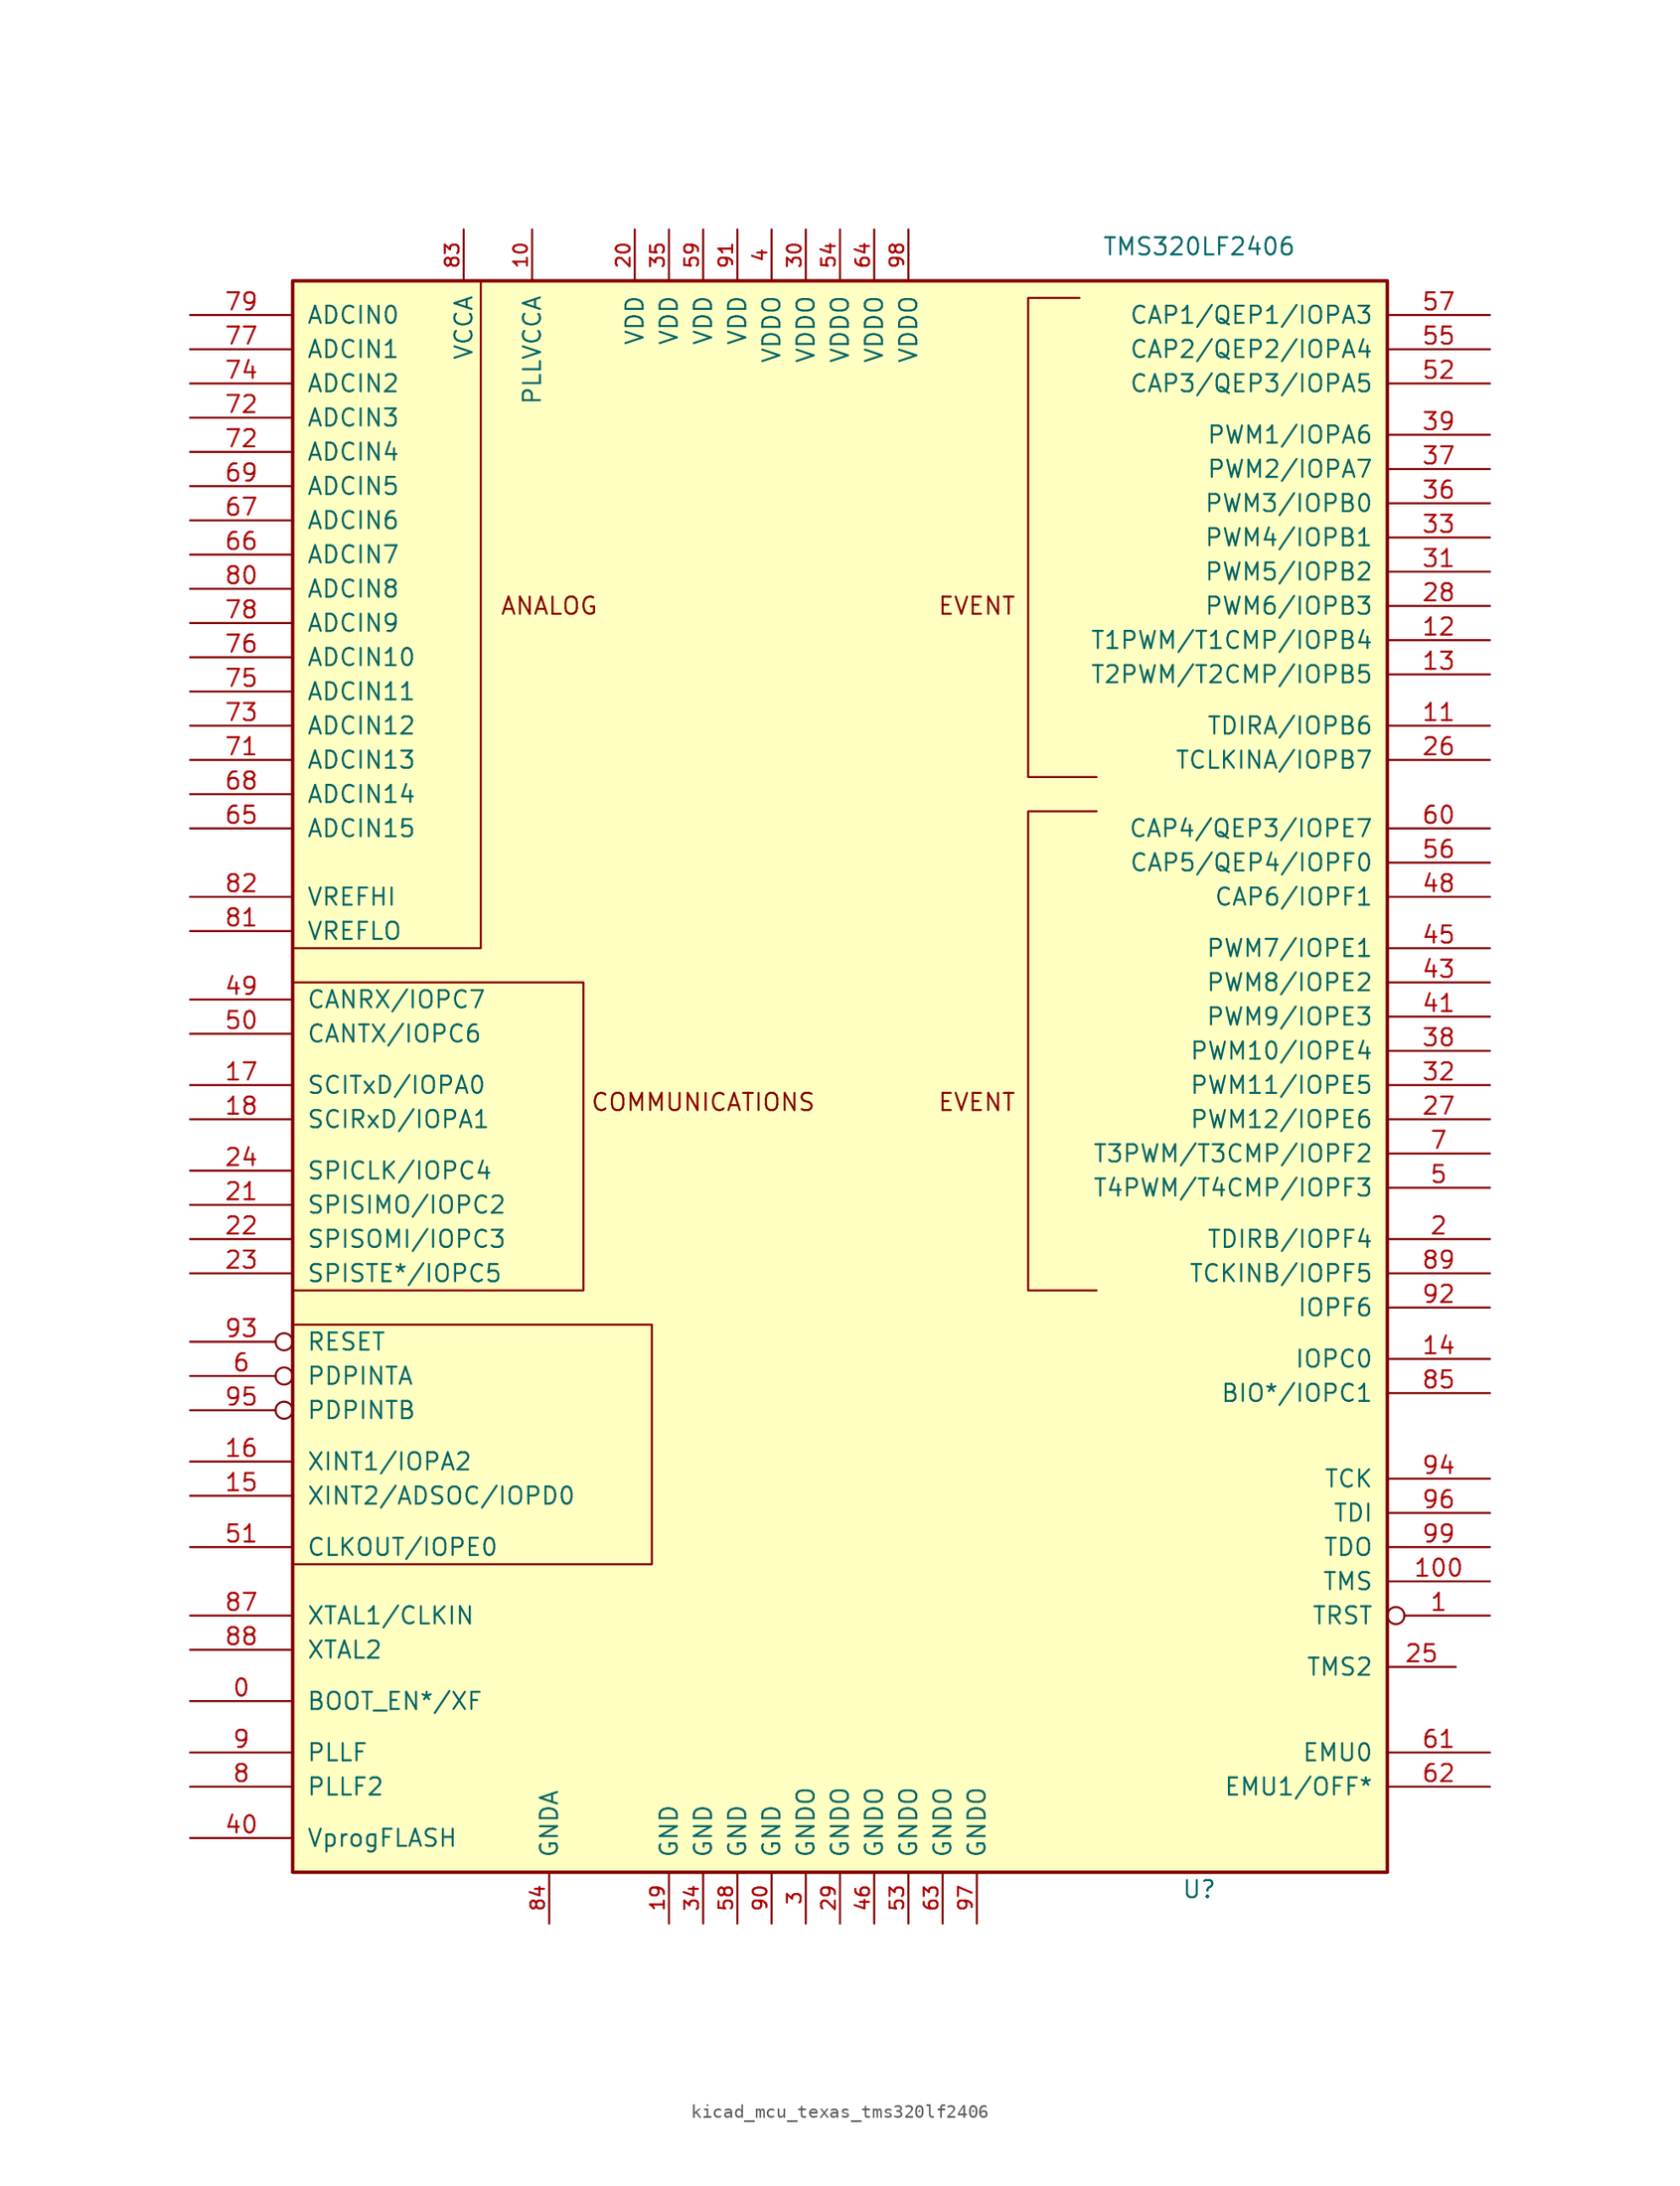
<source format=kicad_sym>
(kicad_symbol_lib
  (version 20220914)
  (generator kicad_symbol_editor)
  (symbol "kicad_mcu_texas_tms320lf2406"
    (pin_names
      (offset 1.016))
    (property "Reference" "U"
      (at 26.67 -60.96 0)
      (effects (font (size 1.27 1.27))))
    (property "Value" "TMS320LF2406"
      (at 26.67 60.96 0)
      (effects (font (size 1.27 1.27))))
    (symbol "kicad_mcu_texas_tms320lf2406_0_1"
      (rectangle (start -40.64 58.42) (end 40.64 -59.69) (stroke (width 0.254) (type default)) (fill (type background)))
      (polyline (pts (xy -26.67 58.42) (xy -26.67 8.89) (xy -40.64 8.89)) (stroke (width 0) (type default)) (fill (type none)))
      (polyline (pts (xy -40.64 -19.05) (xy -13.97 -19.05) (xy -13.97 -36.83) (xy -40.64 -36.83)) (stroke (width 0) (type default)) (fill (type none)))
      (polyline (pts (xy -40.64 6.35) (xy -19.05 6.35) (xy -19.05 -16.51) (xy -40.64 -16.51)) (stroke (width 0) (type default)) (fill (type none)))
      (polyline (pts (xy 17.78 57.15) (xy 13.97 57.15) (xy 13.97 21.59) (xy 19.05 21.59)) (stroke (width 0) (type default)) (fill (type none)))
      (polyline (pts (xy 19.05 19.05) (xy 13.97 19.05) (xy 13.97 -16.51) (xy 19.05 -16.51)) (stroke (width 0) (type default)) (fill (type none)))
      (text "ANALOG" (at -21.59 34.29 0) (effects (font (size 1.27 1.27))))
      (text "COMMUNICATIONS" (at -10.16 -2.54 0) (effects (font (size 1.27 1.27))))
      (text "EVENT" (at 10.16 -2.54 0) (effects (font (size 1.27 1.27))))
      (text "EVENT" (at 10.16 34.29 0) (effects (font (size 1.27 1.27))))
      (pin input line (at -48.26 53.34 0) (length 7.62) (name "ADCIN1" (effects (font (size 1.27 1.27)))) (number "77" (effects (font (size 1.27 1.27))))))
    (symbol "kicad_mcu_texas_tms320lf2406_1_1"
      (pin input line (at -48.26 -46.99 0) (length 7.62) (name "BOOT_EN*/XF" (effects (font (size 1.27 1.27)))) (number "0" (effects (font (size 1.27 1.27)))))
      (pin input inverted (at 48.26 -40.64 180) (length 7.62) (name "TRST" (effects (font (size 1.27 1.27)))) (number "1" (effects (font (size 1.27 1.27)))))
      (pin power_in line (at -22.86 62.23 270) (length 3.81) (name "PLLVCCA" (effects (font (size 1.27 1.27)))) (number "10" (effects (font (size 1.016 1.016)))))
      (pin input line (at 48.26 -38.1 180) (length 7.62) (name "TMS" (effects (font (size 1.27 1.27)))) (number "100" (effects (font (size 1.27 1.27)))))
      (pin bidirectional line (at 48.26 25.4 180) (length 7.62) (name "TDIRA/IOPB6" (effects (font (size 1.27 1.27)))) (number "11" (effects (font (size 1.27 1.27)))))
      (pin bidirectional line (at 48.26 31.75 180) (length 7.62) (name "T1PWM/T1CMP/IOPB4" (effects (font (size 1.27 1.27)))) (number "12" (effects (font (size 1.27 1.27)))))
      (pin bidirectional line (at 48.26 29.21 180) (length 7.62) (name "T2PWM/T2CMP/IOPB5" (effects (font (size 1.27 1.27)))) (number "13" (effects (font (size 1.27 1.27)))))
      (pin bidirectional line (at 48.26 -21.59 180) (length 7.62) (name "IOPC0" (effects (font (size 1.27 1.27)))) (number "14" (effects (font (size 1.27 1.27)))))
      (pin bidirectional line (at -48.26 -31.75 0) (length 7.62) (name "XINT2/ADSOC/IOPD0" (effects (font (size 1.27 1.27)))) (number "15" (effects (font (size 1.27 1.27)))))
      (pin bidirectional line (at -48.26 -29.21 0) (length 7.62) (name "XINT1/IOPA2" (effects (font (size 1.27 1.27)))) (number "16" (effects (font (size 1.27 1.27)))))
      (pin bidirectional line (at -48.26 -1.27 0) (length 7.62) (name "SCITxD/IOPA0" (effects (font (size 1.27 1.27)))) (number "17" (effects (font (size 1.27 1.27)))))
      (pin bidirectional line (at -48.26 -3.81 0) (length 7.62) (name "SCIRxD/IOPA1" (effects (font (size 1.27 1.27)))) (number "18" (effects (font (size 1.27 1.27)))))
      (pin power_in line (at -12.7 -63.5 90) (length 3.81) (name "GND" (effects (font (size 1.27 1.27)))) (number "19" (effects (font (size 1.016 1.016)))))
      (pin bidirectional line (at 48.26 -12.7 180) (length 7.62) (name "TDIRB/IOPF4" (effects (font (size 1.27 1.27)))) (number "2" (effects (font (size 1.27 1.27)))))
      (pin power_in line (at -15.24 62.23 270) (length 3.81) (name "VDD" (effects (font (size 1.27 1.27)))) (number "20" (effects (font (size 1.016 1.016)))))
      (pin bidirectional line (at -48.26 -10.16 0) (length 7.62) (name "SPISIMO/IOPC2" (effects (font (size 1.27 1.27)))) (number "21" (effects (font (size 1.27 1.27)))))
      (pin bidirectional line (at -48.26 -12.7 0) (length 7.62) (name "SPISOMI/IOPC3" (effects (font (size 1.27 1.27)))) (number "22" (effects (font (size 1.27 1.27)))))
      (pin bidirectional line (at -48.26 -15.24 0) (length 7.62) (name "SPISTE*/IOPC5" (effects (font (size 1.27 1.27)))) (number "23" (effects (font (size 1.27 1.27)))))
      (pin bidirectional line (at -48.26 -7.62 0) (length 7.62) (name "SPICLK/IOPC4" (effects (font (size 1.27 1.27)))) (number "24" (effects (font (size 1.27 1.27)))))
      (pin input line (at 45.72 -44.45 180) (length 5.08) (name "TMS2" (effects (font (size 1.27 1.27)))) (number "25" (effects (font (size 1.27 1.27)))))
      (pin bidirectional line (at 48.26 22.86 180) (length 7.62) (name "TCLKINA/IOPB7" (effects (font (size 1.27 1.27)))) (number "26" (effects (font (size 1.27 1.27)))))
      (pin bidirectional line (at 48.26 -3.81 180) (length 7.62) (name "PWM12/IOPE6" (effects (font (size 1.27 1.27)))) (number "27" (effects (font (size 1.27 1.27)))))
      (pin bidirectional line (at 48.26 34.29 180) (length 7.62) (name "PWM6/IOPB3" (effects (font (size 1.27 1.27)))) (number "28" (effects (font (size 1.27 1.27)))))
      (pin power_in line (at 0 -63.5 90) (length 3.81) (name "GNDO" (effects (font (size 1.27 1.27)))) (number "29" (effects (font (size 1.016 1.016)))))
      (pin power_in line (at -2.54 -63.5 90) (length 3.81) (name "GNDO" (effects (font (size 1.27 1.27)))) (number "3" (effects (font (size 1.016 1.016)))))
      (pin power_in line (at -2.54 62.23 270) (length 3.81) (name "VDDO" (effects (font (size 1.27 1.27)))) (number "30" (effects (font (size 1.016 1.016)))))
      (pin bidirectional line (at 48.26 36.83 180) (length 7.62) (name "PWM5/IOPB2" (effects (font (size 1.27 1.27)))) (number "31" (effects (font (size 1.27 1.27)))))
      (pin bidirectional line (at 48.26 -1.27 180) (length 7.62) (name "PWM11/IOPE5" (effects (font (size 1.27 1.27)))) (number "32" (effects (font (size 1.27 1.27)))))
      (pin bidirectional line (at 48.26 39.37 180) (length 7.62) (name "PWM4/IOPB1" (effects (font (size 1.27 1.27)))) (number "33" (effects (font (size 1.27 1.27)))))
      (pin power_in line (at -10.16 -63.5 90) (length 3.81) (name "GND" (effects (font (size 1.27 1.27)))) (number "34" (effects (font (size 1.016 1.016)))))
      (pin power_in line (at -12.7 62.23 270) (length 3.81) (name "VDD" (effects (font (size 1.27 1.27)))) (number "35" (effects (font (size 1.016 1.016)))))
      (pin bidirectional line (at 48.26 41.91 180) (length 7.62) (name "PWM3/IOPB0" (effects (font (size 1.27 1.27)))) (number "36" (effects (font (size 1.27 1.27)))))
      (pin bidirectional line (at 48.26 44.45 180) (length 7.62) (name "PWM2/IOPA7" (effects (font (size 1.27 1.27)))) (number "37" (effects (font (size 1.27 1.27)))))
      (pin bidirectional line (at 48.26 1.27 180) (length 7.62) (name "PWM10/IOPE4" (effects (font (size 1.27 1.27)))) (number "38" (effects (font (size 1.27 1.27)))))
      (pin bidirectional line (at 48.26 46.99 180) (length 7.62) (name "PWM1/IOPA6" (effects (font (size 1.27 1.27)))) (number "39" (effects (font (size 1.27 1.27)))))
      (pin power_in line (at -5.08 62.23 270) (length 3.81) (name "VDDO" (effects (font (size 1.27 1.27)))) (number "4" (effects (font (size 1.016 1.016)))))
      (pin input line (at -48.26 -57.15 0) (length 7.62) (name "VprogFLASH" (effects (font (size 1.27 1.27)))) (number "40" (effects (font (size 1.27 1.27)))))
      (pin bidirectional line (at 48.26 3.81 180) (length 7.62) (name "PWM9/IOPE3" (effects (font (size 1.27 1.27)))) (number "41" (effects (font (size 1.27 1.27)))))
      (pin bidirectional line (at 48.26 6.35 180) (length 7.62) (name "PWM8/IOPE2" (effects (font (size 1.27 1.27)))) (number "43" (effects (font (size 1.27 1.27)))))
      (pin bidirectional line (at 48.26 8.89 180) (length 7.62) (name "PWM7/IOPE1" (effects (font (size 1.27 1.27)))) (number "45" (effects (font (size 1.27 1.27)))))
      (pin power_in line (at 2.54 -63.5 90) (length 3.81) (name "GNDO" (effects (font (size 1.27 1.27)))) (number "46" (effects (font (size 1.016 1.016)))))
      (pin bidirectional line (at 48.26 12.7 180) (length 7.62) (name "CAP6/IOPF1" (effects (font (size 1.27 1.27)))) (number "48" (effects (font (size 1.27 1.27)))))
      (pin bidirectional line (at -48.26 5.08 0) (length 7.62) (name "CANRX/IOPC7" (effects (font (size 1.27 1.27)))) (number "49" (effects (font (size 1.27 1.27)))))
      (pin bidirectional line (at 48.26 -8.89 180) (length 7.62) (name "T4PWM/T4CMP/IOPF3" (effects (font (size 1.27 1.27)))) (number "5" (effects (font (size 1.27 1.27)))))
      (pin bidirectional line (at -48.26 2.54 0) (length 7.62) (name "CANTX/IOPC6" (effects (font (size 1.27 1.27)))) (number "50" (effects (font (size 1.27 1.27)))))
      (pin bidirectional line (at -48.26 -35.56 0) (length 7.62) (name "CLKOUT/IOPE0" (effects (font (size 1.27 1.27)))) (number "51" (effects (font (size 1.27 1.27)))))
      (pin bidirectional line (at 48.26 50.8 180) (length 7.62) (name "CAP3/QEP3/IOPA5" (effects (font (size 1.27 1.27)))) (number "52" (effects (font (size 1.27 1.27)))))
      (pin power_in line (at 5.08 -63.5 90) (length 3.81) (name "GNDO" (effects (font (size 1.27 1.27)))) (number "53" (effects (font (size 1.016 1.016)))))
      (pin power_in line (at 0 62.23 270) (length 3.81) (name "VDDO" (effects (font (size 1.27 1.27)))) (number "54" (effects (font (size 1.016 1.016)))))
      (pin bidirectional line (at 48.26 53.34 180) (length 7.62) (name "CAP2/QEP2/IOPA4" (effects (font (size 1.27 1.27)))) (number "55" (effects (font (size 1.27 1.27)))))
      (pin bidirectional line (at 48.26 15.24 180) (length 7.62) (name "CAP5/QEP4/IOPF0" (effects (font (size 1.27 1.27)))) (number "56" (effects (font (size 1.27 1.27)))))
      (pin bidirectional line (at 48.26 55.88 180) (length 7.62) (name "CAP1/QEP1/IOPA3" (effects (font (size 1.27 1.27)))) (number "57" (effects (font (size 1.27 1.27)))))
      (pin power_in line (at -7.62 -63.5 90) (length 3.81) (name "GND" (effects (font (size 1.27 1.27)))) (number "58" (effects (font (size 1.016 1.016)))))
      (pin power_in line (at -10.16 62.23 270) (length 3.81) (name "VDD" (effects (font (size 1.27 1.27)))) (number "59" (effects (font (size 1.016 1.016)))))
      (pin input inverted (at -48.26 -22.86 0) (length 7.62) (name "PDPINTA" (effects (font (size 1.27 1.27)))) (number "6" (effects (font (size 1.27 1.27)))))
      (pin bidirectional line (at 48.26 17.78 180) (length 7.62) (name "CAP4/QEP3/IOPE7" (effects (font (size 1.27 1.27)))) (number "60" (effects (font (size 1.27 1.27)))))
      (pin bidirectional line (at 48.26 -50.8 180) (length 7.62) (name "EMU0" (effects (font (size 1.27 1.27)))) (number "61" (effects (font (size 1.27 1.27)))))
      (pin bidirectional line (at 48.26 -53.34 180) (length 7.62) (name "EMU1/OFF*" (effects (font (size 1.27 1.27)))) (number "62" (effects (font (size 1.27 1.27)))))
      (pin power_in line (at 7.62 -63.5 90) (length 3.81) (name "GNDO" (effects (font (size 1.27 1.27)))) (number "63" (effects (font (size 1.016 1.016)))))
      (pin power_in line (at 2.54 62.23 270) (length 3.81) (name "VDDO" (effects (font (size 1.27 1.27)))) (number "64" (effects (font (size 1.016 1.016)))))
      (pin input line (at -48.26 17.78 0) (length 7.62) (name "ADCIN15" (effects (font (size 1.27 1.27)))) (number "65" (effects (font (size 1.27 1.27)))))
      (pin input line (at -48.26 38.1 0) (length 7.62) (name "ADCIN7" (effects (font (size 1.27 1.27)))) (number "66" (effects (font (size 1.27 1.27)))))
      (pin input line (at -48.26 40.64 0) (length 7.62) (name "ADCIN6" (effects (font (size 1.27 1.27)))) (number "67" (effects (font (size 1.27 1.27)))))
      (pin input line (at -48.26 20.32 0) (length 7.62) (name "ADCIN14" (effects (font (size 1.27 1.27)))) (number "68" (effects (font (size 1.27 1.27)))))
      (pin input line (at -48.26 43.18 0) (length 7.62) (name "ADCIN5" (effects (font (size 1.27 1.27)))) (number "69" (effects (font (size 1.27 1.27)))))
      (pin bidirectional line (at 48.26 -6.35 180) (length 7.62) (name "T3PWM/T3CMP/IOPF2" (effects (font (size 1.27 1.27)))) (number "7" (effects (font (size 1.27 1.27)))))
      (pin input line (at -48.26 22.86 0) (length 7.62) (name "ADCIN13" (effects (font (size 1.27 1.27)))) (number "71" (effects (font (size 1.27 1.27)))))
      (pin input line (at -48.26 48.26 0) (length 7.62) (name "ADCIN3" (effects (font (size 1.27 1.27)))) (number "72" (effects (font (size 1.27 1.27)))))
      (pin input line (at -48.26 45.72 0) (length 7.62) (name "ADCIN4" (effects (font (size 1.27 1.27)))) (number "72" (effects (font (size 1.27 1.27)))))
      (pin input line (at -48.26 25.4 0) (length 7.62) (name "ADCIN12" (effects (font (size 1.27 1.27)))) (number "73" (effects (font (size 1.27 1.27)))))
      (pin input line (at -48.26 50.8 0) (length 7.62) (name "ADCIN2" (effects (font (size 1.27 1.27)))) (number "74" (effects (font (size 1.27 1.27)))))
      (pin input line (at -48.26 27.94 0) (length 7.62) (name "ADCIN11" (effects (font (size 1.27 1.27)))) (number "75" (effects (font (size 1.27 1.27)))))
      (pin input line (at -48.26 30.48 0) (length 7.62) (name "ADCIN10" (effects (font (size 1.27 1.27)))) (number "76" (effects (font (size 1.27 1.27)))))
      (pin input line (at -48.26 33.02 0) (length 7.62) (name "ADCIN9" (effects (font (size 1.27 1.27)))) (number "78" (effects (font (size 1.27 1.27)))))
      (pin input line (at -48.26 55.88 0) (length 7.62) (name "ADCIN0" (effects (font (size 1.27 1.27)))) (number "79" (effects (font (size 1.27 1.27)))))
      (pin input line (at -48.26 -53.34 0) (length 7.62) (name "PLLF2" (effects (font (size 1.27 1.27)))) (number "8" (effects (font (size 1.27 1.27)))))
      (pin input line (at -48.26 35.56 0) (length 7.62) (name "ADCIN8" (effects (font (size 1.27 1.27)))) (number "80" (effects (font (size 1.27 1.27)))))
      (pin input line (at -48.26 10.16 0) (length 7.62) (name "VREFLO" (effects (font (size 1.27 1.27)))) (number "81" (effects (font (size 1.27 1.27)))))
      (pin input line (at -48.26 12.7 0) (length 7.62) (name "VREFHI" (effects (font (size 1.27 1.27)))) (number "82" (effects (font (size 1.27 1.27)))))
      (pin power_in line (at -27.94 62.23 270) (length 3.81) (name "VCCA" (effects (font (size 1.27 1.27)))) (number "83" (effects (font (size 1.016 1.016)))))
      (pin power_in line (at -21.59 -63.5 90) (length 3.81) (name "GNDA" (effects (font (size 1.27 1.27)))) (number "84" (effects (font (size 1.016 1.016)))))
      (pin bidirectional line (at 48.26 -24.13 180) (length 7.62) (name "BIO*/IOPC1" (effects (font (size 1.27 1.27)))) (number "85" (effects (font (size 1.27 1.27)))))
      (pin input line (at -48.26 -40.64 0) (length 7.62) (name "XTAL1/CLKIN" (effects (font (size 1.27 1.27)))) (number "87" (effects (font (size 1.27 1.27)))))
      (pin output line (at -48.26 -43.18 0) (length 7.62) (name "XTAL2" (effects (font (size 1.27 1.27)))) (number "88" (effects (font (size 1.27 1.27)))))
      (pin bidirectional line (at 48.26 -15.24 180) (length 7.62) (name "TCKINB/IOPF5" (effects (font (size 1.27 1.27)))) (number "89" (effects (font (size 1.27 1.27)))))
      (pin input line (at -48.26 -50.8 0) (length 7.62) (name "PLLF" (effects (font (size 1.27 1.27)))) (number "9" (effects (font (size 1.27 1.27)))))
      (pin power_in line (at -5.08 -63.5 90) (length 3.81) (name "GND" (effects (font (size 1.27 1.27)))) (number "90" (effects (font (size 1.016 1.016)))))
      (pin power_in line (at -7.62 62.23 270) (length 3.81) (name "VDD" (effects (font (size 1.27 1.27)))) (number "91" (effects (font (size 1.016 1.016)))))
      (pin bidirectional line (at 48.26 -17.78 180) (length 7.62) (name "IOPF6" (effects (font (size 1.27 1.27)))) (number "92" (effects (font (size 1.27 1.27)))))
      (pin input inverted (at -48.26 -20.32 0) (length 7.62) (name "RESET" (effects (font (size 1.27 1.27)))) (number "93" (effects (font (size 1.27 1.27)))))
      (pin bidirectional line (at 48.26 -30.48 180) (length 7.62) (name "TCK" (effects (font (size 1.27 1.27)))) (number "94" (effects (font (size 1.27 1.27)))))
      (pin input inverted (at -48.26 -25.4 0) (length 7.62) (name "PDPINTB" (effects (font (size 1.27 1.27)))) (number "95" (effects (font (size 1.27 1.27)))))
      (pin input line (at 48.26 -33.02 180) (length 7.62) (name "TDI" (effects (font (size 1.27 1.27)))) (number "96" (effects (font (size 1.27 1.27)))))
      (pin power_in line (at 10.16 -63.5 90) (length 3.81) (name "GNDO" (effects (font (size 1.27 1.27)))) (number "97" (effects (font (size 1.016 1.016)))))
      (pin power_in line (at 5.08 62.23 270) (length 3.81) (name "VDDO" (effects (font (size 1.27 1.27)))) (number "98" (effects (font (size 1.016 1.016)))))
      (pin output line (at 48.26 -35.56 180) (length 7.62) (name "TDO" (effects (font (size 1.27 1.27)))) (number "99" (effects (font (size 1.27 1.27))))))))
</source>
